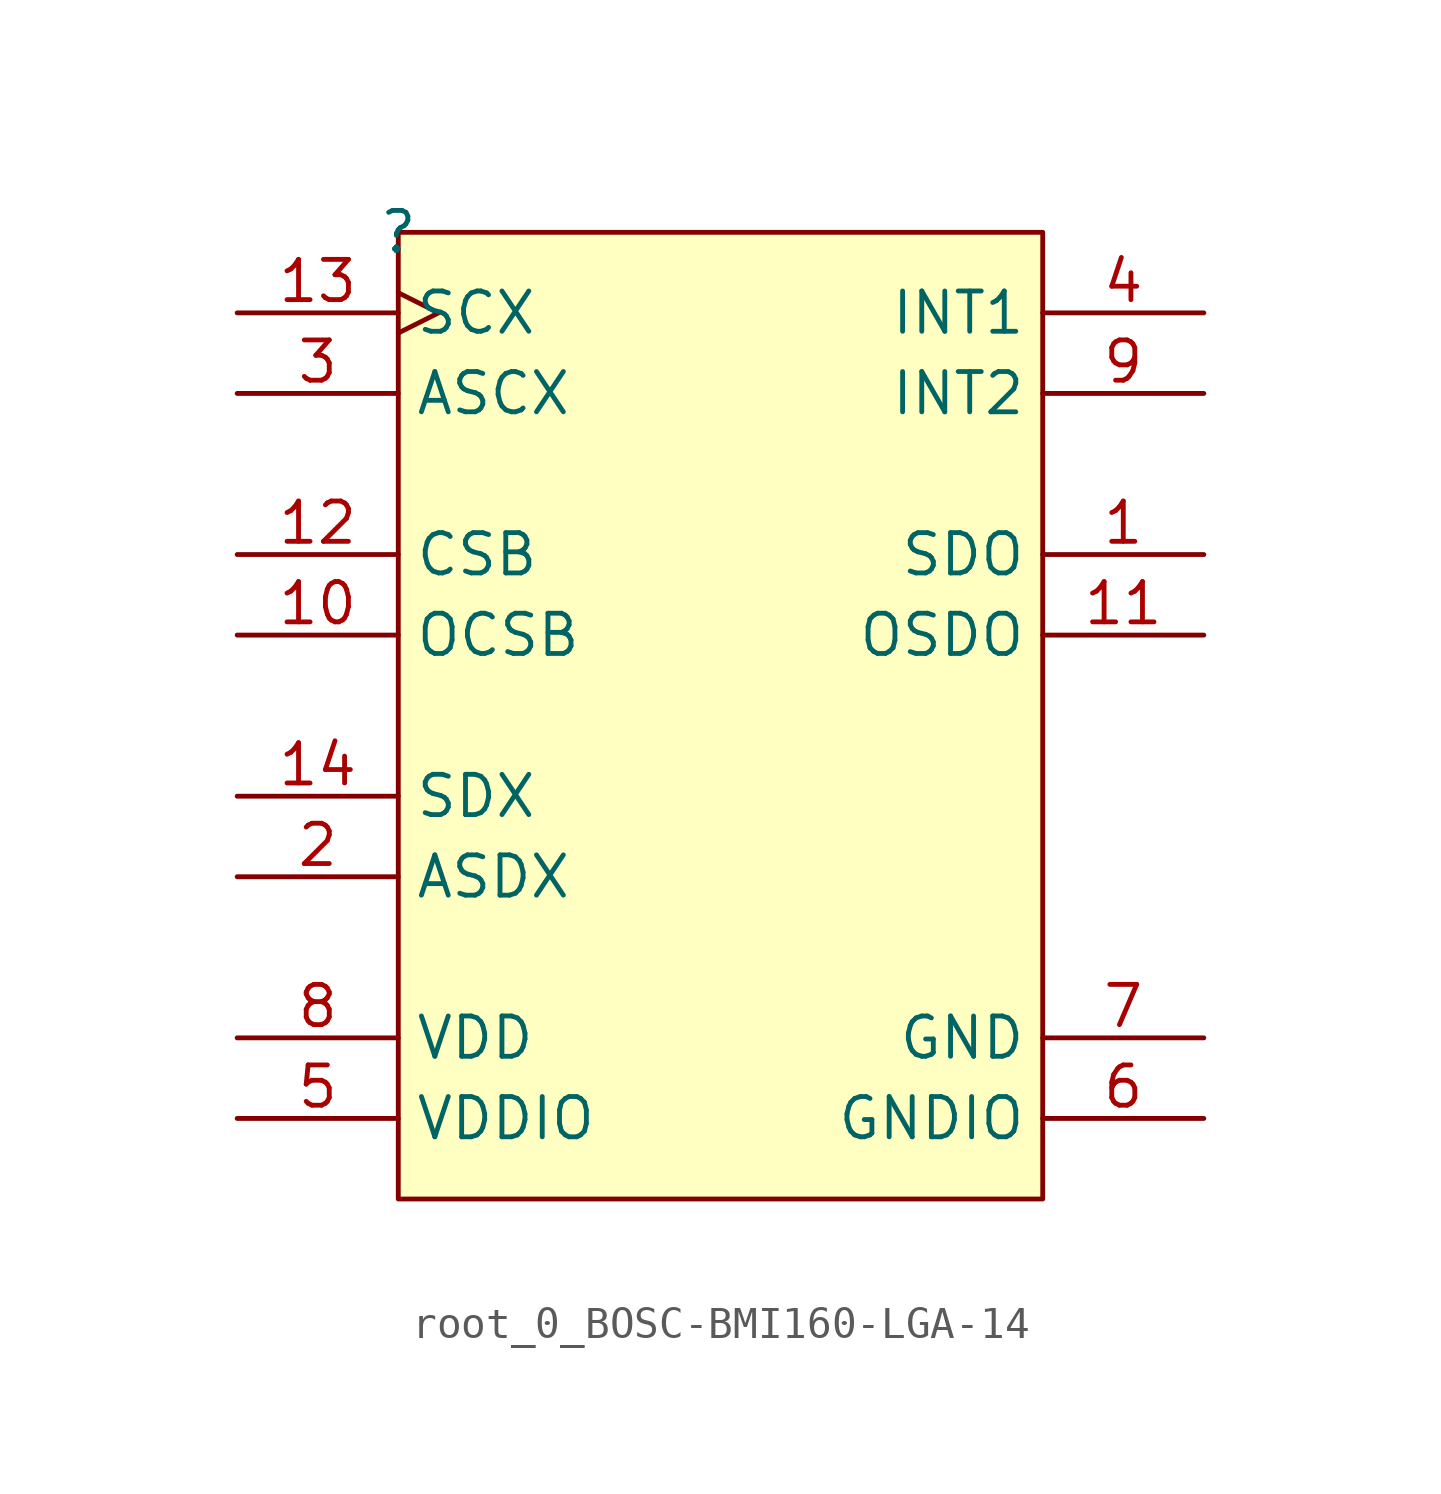
<source format=kicad_sym>
(kicad_symbol_lib
  (version 20220914)
  (generator kicad_symbol_editor)
  (symbol "root_0_BOSC-BMI160-LGA-14"
    (property "Reference" ""
      (at 0 0 0)
      (effects (font (size 1.27 1.27))))
    (property "Value" ""
      (at 0 0 0)
      (effects (font (size 1.27 1.27))))
    (symbol "root_0_BOSC-BMI160-LGA-14_1_0"
      (rectangle (start 20.32 0) (end 0 -30.48) (stroke (width 0) (type solid)) (fill (type background)))
      (pin bidirectional line (at 25.4 -10.16 180) (length 5.08) (name "SDO" (effects (font (size 1.27 1.27)))) (number "1" (effects (font (size 1.27 1.27)))))
      (pin bidirectional line (at -5.08 -12.7 0) (length 5.08) (name "OCSB" (effects (font (size 1.27 1.27)))) (number "10" (effects (font (size 1.27 1.27)))))
      (pin bidirectional line (at 25.4 -12.7 180) (length 5.08) (name "OSDO" (effects (font (size 1.27 1.27)))) (number "11" (effects (font (size 1.27 1.27)))))
      (pin input line (at -5.08 -10.16 0) (length 5.08) (name "CSB" (effects (font (size 1.27 1.27)))) (number "12" (effects (font (size 1.27 1.27)))))
      (pin input clock (at -5.08 -2.54 0) (length 5.08) (name "SCX" (effects (font (size 1.27 1.27)))) (number "13" (effects (font (size 1.27 1.27)))))
      (pin bidirectional line (at -5.08 -17.78 0) (length 5.08) (name "SDX" (effects (font (size 1.27 1.27)))) (number "14" (effects (font (size 1.27 1.27)))))
      (pin bidirectional line (at -5.08 -20.32 0) (length 5.08) (name "ASDX" (effects (font (size 1.27 1.27)))) (number "2" (effects (font (size 1.27 1.27)))))
      (pin bidirectional line (at -5.08 -5.08 0) (length 5.08) (name "ASCX" (effects (font (size 1.27 1.27)))) (number "3" (effects (font (size 1.27 1.27)))))
      (pin bidirectional line (at 25.4 -2.54 180) (length 5.08) (name "INT1" (effects (font (size 1.27 1.27)))) (number "4" (effects (font (size 1.27 1.27)))))
      (pin power_in line (at -5.08 -27.94 0) (length 5.08) (name "VDDIO" (effects (font (size 1.27 1.27)))) (number "5" (effects (font (size 1.27 1.27)))))
      (pin power_in line (at 25.4 -27.94 180) (length 5.08) (name "GNDIO" (effects (font (size 1.27 1.27)))) (number "6" (effects (font (size 1.27 1.27)))))
      (pin power_in line (at 25.4 -25.4 180) (length 5.08) (name "GND" (effects (font (size 1.27 1.27)))) (number "7" (effects (font (size 1.27 1.27)))))
      (pin power_in line (at -5.08 -25.4 0) (length 5.08) (name "VDD" (effects (font (size 1.27 1.27)))) (number "8" (effects (font (size 1.27 1.27)))))
      (pin bidirectional line (at 25.4 -5.08 180) (length 5.08) (name "INT2" (effects (font (size 1.27 1.27)))) (number "9" (effects (font (size 1.27 1.27))))))))
</source>
